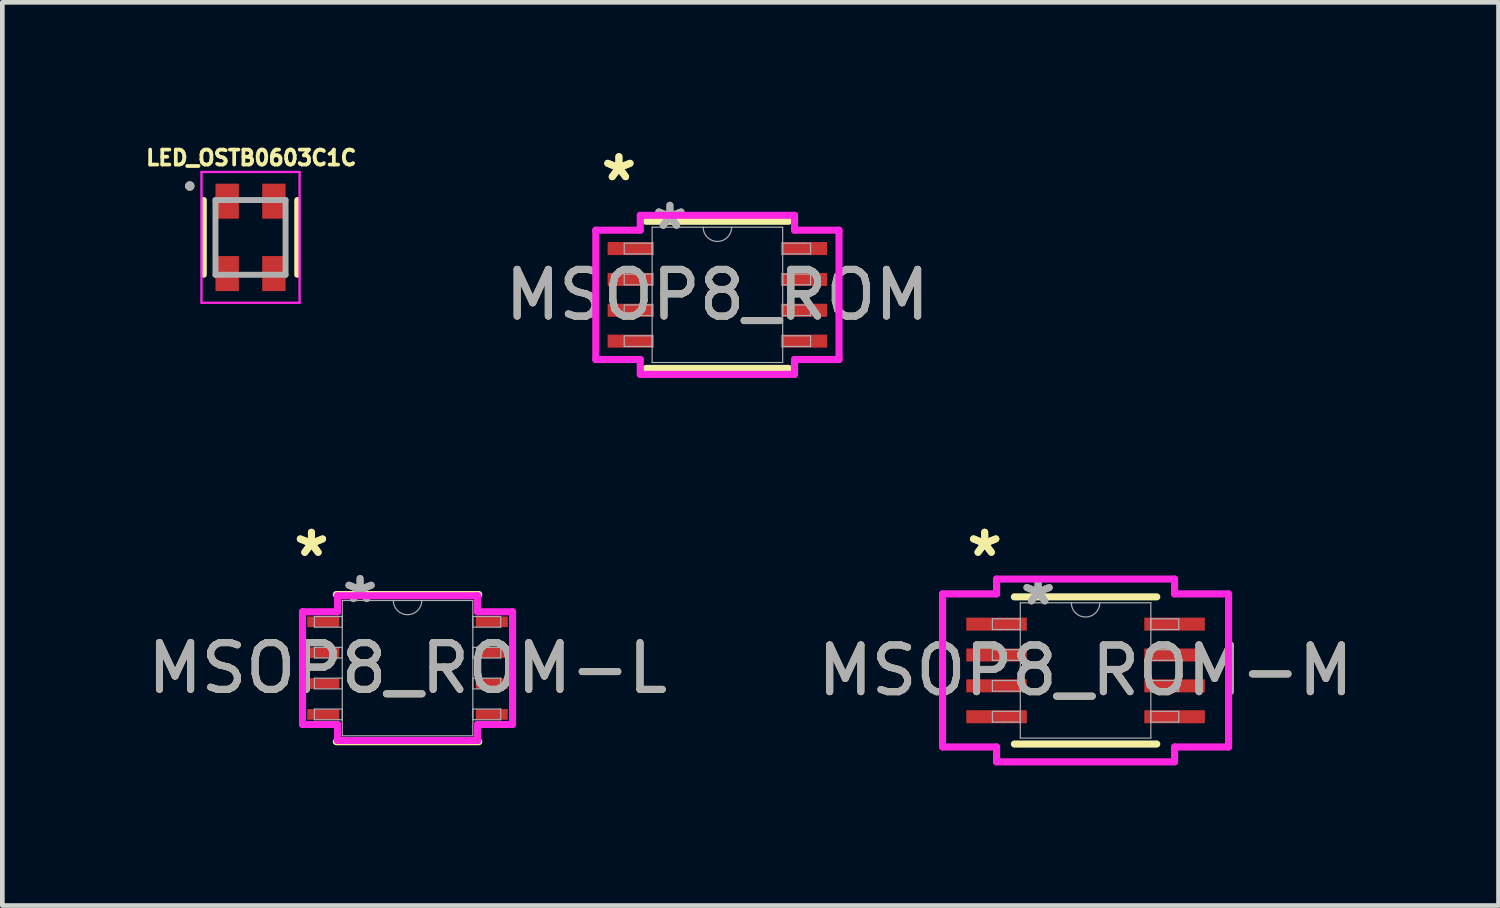
<source format=kicad_pcb>
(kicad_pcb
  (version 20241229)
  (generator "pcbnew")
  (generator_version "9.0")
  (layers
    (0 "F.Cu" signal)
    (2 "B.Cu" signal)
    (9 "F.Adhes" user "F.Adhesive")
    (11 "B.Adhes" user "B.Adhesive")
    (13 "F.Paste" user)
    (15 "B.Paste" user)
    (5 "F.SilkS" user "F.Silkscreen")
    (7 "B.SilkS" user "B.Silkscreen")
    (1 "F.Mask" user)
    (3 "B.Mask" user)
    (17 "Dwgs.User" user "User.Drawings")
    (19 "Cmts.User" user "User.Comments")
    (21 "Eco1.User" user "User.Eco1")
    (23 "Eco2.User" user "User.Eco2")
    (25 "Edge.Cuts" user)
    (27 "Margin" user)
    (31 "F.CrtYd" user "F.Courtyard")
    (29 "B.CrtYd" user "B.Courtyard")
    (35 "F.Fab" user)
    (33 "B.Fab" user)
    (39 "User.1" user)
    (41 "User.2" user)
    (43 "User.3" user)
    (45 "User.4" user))
  (footprint "MSOP8_ROM-M"
    (layer "F.Cu")
    (at 20.185 11.3)
    (property "Reference" "MSOP8_ROM-M" (at 0 0 0) (unlocked yes) (layer "F.SilkS") (effects (font (size 1 1) (thickness 0.15))))
    (attr smd)
    (fp_line (start -1.524 1.575) (end 1.524 1.575) (stroke (width 0.152) (type solid)) (layer "F.SilkS"))
    (fp_line (start 1.524 -1.575) (end -1.524 -1.575) (stroke (width 0.152) (type solid)) (layer "F.SilkS"))
    (fp_line (start -3.061 -1.638) (end -1.905 -1.638) (stroke (width 0.152) (type solid)) (layer "F.CrtYd"))
    (fp_line (start -3.061 1.638) (end -3.061 -1.638) (stroke (width 0.152) (type solid)) (layer "F.CrtYd"))
    (fp_line (start -3.061 1.638) (end -1.905 1.638) (stroke (width 0.152) (type solid)) (layer "F.CrtYd"))
    (fp_line (start -1.905 -1.956) (end 1.905 -1.956) (stroke (width 0.152) (type solid)) (layer "F.CrtYd"))
    (fp_line (start -1.905 -1.638) (end -1.905 -1.956) (stroke (width 0.152) (type solid)) (layer "F.CrtYd"))
    (fp_line (start -1.905 1.956) (end -1.905 1.638) (stroke (width 0.152) (type solid)) (layer "F.CrtYd"))
    (fp_line (start 1.905 -1.956) (end 1.905 -1.638) (stroke (width 0.152) (type solid)) (layer "F.CrtYd"))
    (fp_line (start 1.905 1.638) (end 1.905 1.956) (stroke (width 0.152) (type solid)) (layer "F.CrtYd"))
    (fp_line (start 1.905 1.956) (end -1.905 1.956) (stroke (width 0.152) (type solid)) (layer "F.CrtYd"))
    (fp_line (start 3.061 -1.638) (end 1.905 -1.638) (stroke (width 0.152) (type solid)) (layer "F.CrtYd"))
    (fp_line (start 3.061 -1.638) (end 3.061 1.638) (stroke (width 0.152) (type solid)) (layer "F.CrtYd"))
    (fp_line (start 3.061 1.638) (end 1.905 1.638) (stroke (width 0.152) (type solid)) (layer "F.CrtYd"))
    (fp_line (start -1.994 -1.105) (end -1.994 -0.876) (stroke (width 0.025) (type solid)) (layer "F.Fab"))
    (fp_line (start -1.994 -0.876) (end -1.397 -0.876) (stroke (width 0.025) (type solid)) (layer "F.Fab"))
    (fp_line (start -1.994 -0.445) (end -1.994 -0.216) (stroke (width 0.025) (type solid)) (layer "F.Fab"))
    (fp_line (start -1.994 -0.216) (end -1.397 -0.216) (stroke (width 0.025) (type solid)) (layer "F.Fab"))
    (fp_line (start -1.994 0.216) (end -1.994 0.445) (stroke (width 0.025) (type solid)) (layer "F.Fab"))
    (fp_line (start -1.994 0.445) (end -1.397 0.445) (stroke (width 0.025) (type solid)) (layer "F.Fab"))
    (fp_line (start -1.994 0.876) (end -1.994 1.105) (stroke (width 0.025) (type solid)) (layer "F.Fab"))
    (fp_line (start -1.994 1.105) (end -1.397 1.105) (stroke (width 0.025) (type solid)) (layer "F.Fab"))
    (fp_line (start -1.397 -1.448) (end -1.397 1.448) (stroke (width 0.025) (type solid)) (layer "F.Fab"))
    (fp_line (start -1.397 -1.105) (end -1.994 -1.105) (stroke (width 0.025) (type solid)) (layer "F.Fab"))
    (fp_line (start -1.397 -0.876) (end -1.397 -1.105) (stroke (width 0.025) (type solid)) (layer "F.Fab"))
    (fp_line (start -1.397 -0.445) (end -1.994 -0.445) (stroke (width 0.025) (type solid)) (layer "F.Fab"))
    (fp_line (start -1.397 -0.216) (end -1.397 -0.445) (stroke (width 0.025) (type solid)) (layer "F.Fab"))
    (fp_line (start -1.397 0.216) (end -1.994 0.216) (stroke (width 0.025) (type solid)) (layer "F.Fab"))
    (fp_line (start -1.397 0.445) (end -1.397 0.216) (stroke (width 0.025) (type solid)) (layer "F.Fab"))
    (fp_line (start -1.397 0.876) (end -1.994 0.876) (stroke (width 0.025) (type solid)) (layer "F.Fab"))
    (fp_line (start -1.397 1.105) (end -1.397 0.876) (stroke (width 0.025) (type solid)) (layer "F.Fab"))
    (fp_line (start -1.397 1.448) (end 1.397 1.448) (stroke (width 0.025) (type solid)) (layer "F.Fab"))
    (fp_line (start 1.397 -1.448) (end -1.397 -1.448) (stroke (width 0.025) (type solid)) (layer "F.Fab"))
    (fp_line (start 1.397 -1.105) (end 1.397 -0.876) (stroke (width 0.025) (type solid)) (layer "F.Fab"))
    (fp_line (start 1.397 -0.876) (end 1.994 -0.876) (stroke (width 0.025) (type solid)) (layer "F.Fab"))
    (fp_line (start 1.397 -0.445) (end 1.397 -0.216) (stroke (width 0.025) (type solid)) (layer "F.Fab"))
    (fp_line (start 1.397 -0.216) (end 1.994 -0.216) (stroke (width 0.025) (type solid)) (layer "F.Fab"))
    (fp_line (start 1.397 0.216) (end 1.397 0.445) (stroke (width 0.025) (type solid)) (layer "F.Fab"))
    (fp_line (start 1.397 0.445) (end 1.994 0.445) (stroke (width 0.025) (type solid)) (layer "F.Fab"))
    (fp_line (start 1.397 0.876) (end 1.397 1.105) (stroke (width 0.025) (type solid)) (layer "F.Fab"))
    (fp_line (start 1.397 1.105) (end 1.994 1.105) (stroke (width 0.025) (type solid)) (layer "F.Fab"))
    (fp_line (start 1.397 1.448) (end 1.397 -1.448) (stroke (width 0.025) (type solid)) (layer "F.Fab"))
    (fp_line (start 1.994 -1.105) (end 1.397 -1.105) (stroke (width 0.025) (type solid)) (layer "F.Fab"))
    (fp_line (start 1.994 -0.876) (end 1.994 -1.105) (stroke (width 0.025) (type solid)) (layer "F.Fab"))
    (fp_line (start 1.994 -0.445) (end 1.397 -0.445) (stroke (width 0.025) (type solid)) (layer "F.Fab"))
    (fp_line (start 1.994 -0.216) (end 1.994 -0.445) (stroke (width 0.025) (type solid)) (layer "F.Fab"))
    (fp_line (start 1.994 0.216) (end 1.397 0.216) (stroke (width 0.025) (type solid)) (layer "F.Fab"))
    (fp_line (start 1.994 0.445) (end 1.994 0.216) (stroke (width 0.025) (type solid)) (layer "F.Fab"))
    (fp_line (start 1.994 0.876) (end 1.397 0.876) (stroke (width 0.025) (type solid)) (layer "F.Fab"))
    (fp_line (start 1.994 1.105) (end 1.994 0.876) (stroke (width 0.025) (type solid)) (layer "F.Fab"))
    (fp_arc (start 0.3048 -1.4478) (mid 0 -1.143) (end -0.3048 -1.4478) (stroke (width 0.0254) (type solid)) (layer "F.Fab"))
    (fp_text user "*" (at -2.159 -2.413 0) (layer "F.SilkS") (effects (font (size 1 1) (thickness 0.15))))
    (fp_text user "*" (at -2.159 -2.413 0) (unlocked yes) (layer "F.SilkS") (effects (font (size 1 1) (thickness 0.15))))
    (fp_text user "*" (at -1.016 -1.372 0) (unlocked yes) (layer "F.Fab") (effects (font (size 1 1) (thickness 0.15))))
    (fp_text user "*" (at -1.016 -1.372 0) (layer "F.Fab") (effects (font (size 1 1) (thickness 0.15))))
    (fp_text user "${REFERENCE}" (at 0 0 0) (unlocked yes) (layer "F.Fab") (effects (font (size 1 1) (thickness 0.15))))
    (pad "1" smd rect (at -1.905 -0.991) (size 1.295 0.279) (layers "F.Cu" "F.Mask" "F.Paste"))
    (pad "2" smd rect (at -1.905 -0.33) (size 1.295 0.279) (layers "F.Cu" "F.Mask" "F.Paste"))
    (pad "3" smd rect (at -1.905 0.33) (size 1.295 0.279) (layers "F.Cu" "F.Mask" "F.Paste"))
    (pad "4" smd rect (at -1.905 0.991) (size 1.295 0.279) (layers "F.Cu" "F.Mask" "F.Paste"))
    (pad "5" smd rect (at 1.905 0.991) (size 1.295 0.279) (layers "F.Cu" "F.Mask" "F.Paste"))
    (pad "6" smd rect (at 1.905 0.33) (size 1.295 0.279) (layers "F.Cu" "F.Mask" "F.Paste"))
    (pad "7" smd rect (at 1.905 -0.33) (size 1.295 0.279) (layers "F.Cu" "F.Mask" "F.Paste"))
    (pad "8" smd rect (at 1.905 -0.991) (size 1.295 0.279) (layers "F.Cu" "F.Mask" "F.Paste")))
  (footprint "LED_OSTB0603C1C"
    (layer "F.Cu")
    (at 2.312 2.031)
    (property "Reference" "LED_OSTB0603C1C" (at 0.016 -1.703 0) (layer "F.SilkS") (effects (font (size 0.32 0.32) (thickness 0.08))))
    (attr smd)
    (fp_line (start -1 0.8) (end -1 -0.8) (stroke (width 0.127) (type solid)) (layer "F.SilkS"))
    (fp_line (start 1 0.8) (end 1 -0.8) (stroke (width 0.127) (type solid)) (layer "F.SilkS"))
    (fp_circle (center -1.3 -1.1) (end -1.25 -1.1) (stroke (width 0.1) (type solid)) (fill no) (layer "F.SilkS"))
    (fp_line (start -1.05 -1.4) (end -1.05 1.4) (stroke (width 0.05) (type solid)) (layer "F.CrtYd"))
    (fp_line (start -1.05 1.4) (end 1.05 1.4) (stroke (width 0.05) (type solid)) (layer "F.CrtYd"))
    (fp_line (start 1.05 -1.4) (end -1.05 -1.4) (stroke (width 0.05) (type solid)) (layer "F.CrtYd"))
    (fp_line (start 1.05 1.4) (end 1.05 -1.4) (stroke (width 0.05) (type solid)) (layer "F.CrtYd"))
    (fp_line (start -0.75 -0.8) (end 0.75 -0.8) (stroke (width 0.127) (type solid)) (layer "F.Fab"))
    (fp_line (start -0.75 0.8) (end -0.75 -0.8) (stroke (width 0.127) (type solid)) (layer "F.Fab"))
    (fp_line (start 0.75 -0.8) (end 0.75 0.8) (stroke (width 0.127) (type solid)) (layer "F.Fab"))
    (fp_line (start 0.75 0.8) (end -0.75 0.8) (stroke (width 0.127) (type solid)) (layer "F.Fab"))
    (fp_circle (center -1.3 -1.1) (end -1.25 -1.1) (stroke (width 0.1) (type solid)) (fill no) (layer "F.Fab"))
    (pad "1" smd rect (at -0.5 -0.775) (size 0.5 0.75) (layers "F.Cu" "F.Mask" "F.Paste"))
    (pad "2" smd rect (at 0.5 -0.775) (size 0.5 0.75) (layers "F.Cu" "F.Mask" "F.Paste"))
    (pad "3" smd rect (at -0.5 0.775) (size 0.5 0.75) (layers "F.Cu" "F.Mask" "F.Paste"))
    (pad "4" smd rect (at 0.5 0.775) (size 0.5 0.75) (layers "F.Cu" "F.Mask" "F.Paste")))
  (footprint "MSOP8_ROM-L"
    (layer "F.Cu")
    (at 5.673 11.25)
    (property "Reference" "MSOP8_ROM-L" (at 0 0 0) (unlocked yes) (layer "F.SilkS") (effects (font (size 1 1) (thickness 0.15))))
    (attr smd)
    (fp_line (start -1.524 1.575) (end 1.524 1.575) (stroke (width 0.152) (type solid)) (layer "F.SilkS"))
    (fp_line (start 1.524 -1.575) (end -1.524 -1.575) (stroke (width 0.152) (type solid)) (layer "F.SilkS"))
    (fp_line (start -2.248 -1.206) (end -1.499 -1.206) (stroke (width 0.152) (type solid)) (layer "F.CrtYd"))
    (fp_line (start -2.248 1.206) (end -2.248 -1.206) (stroke (width 0.152) (type solid)) (layer "F.CrtYd"))
    (fp_line (start -2.248 1.206) (end -1.499 1.206) (stroke (width 0.152) (type solid)) (layer "F.CrtYd"))
    (fp_line (start -1.499 -1.549) (end 1.499 -1.549) (stroke (width 0.152) (type solid)) (layer "F.CrtYd"))
    (fp_line (start -1.499 -1.206) (end -1.499 -1.549) (stroke (width 0.152) (type solid)) (layer "F.CrtYd"))
    (fp_line (start -1.499 1.549) (end -1.499 1.206) (stroke (width 0.152) (type solid)) (layer "F.CrtYd"))
    (fp_line (start 1.499 -1.549) (end 1.499 -1.206) (stroke (width 0.152) (type solid)) (layer "F.CrtYd"))
    (fp_line (start 1.499 1.206) (end 1.499 1.549) (stroke (width 0.152) (type solid)) (layer "F.CrtYd"))
    (fp_line (start 1.499 1.549) (end -1.499 1.549) (stroke (width 0.152) (type solid)) (layer "F.CrtYd"))
    (fp_line (start 2.248 -1.206) (end 1.499 -1.206) (stroke (width 0.152) (type solid)) (layer "F.CrtYd"))
    (fp_line (start 2.248 -1.206) (end 2.248 1.206) (stroke (width 0.152) (type solid)) (layer "F.CrtYd"))
    (fp_line (start 2.248 1.206) (end 1.499 1.206) (stroke (width 0.152) (type solid)) (layer "F.CrtYd"))
    (fp_line (start -1.994 -1.105) (end -1.994 -0.876) (stroke (width 0.025) (type solid)) (layer "F.Fab"))
    (fp_line (start -1.994 -0.876) (end -1.397 -0.876) (stroke (width 0.025) (type solid)) (layer "F.Fab"))
    (fp_line (start -1.994 -0.445) (end -1.994 -0.216) (stroke (width 0.025) (type solid)) (layer "F.Fab"))
    (fp_line (start -1.994 -0.216) (end -1.397 -0.216) (stroke (width 0.025) (type solid)) (layer "F.Fab"))
    (fp_line (start -1.994 0.216) (end -1.994 0.445) (stroke (width 0.025) (type solid)) (layer "F.Fab"))
    (fp_line (start -1.994 0.445) (end -1.397 0.445) (stroke (width 0.025) (type solid)) (layer "F.Fab"))
    (fp_line (start -1.994 0.876) (end -1.994 1.105) (stroke (width 0.025) (type solid)) (layer "F.Fab"))
    (fp_line (start -1.994 1.105) (end -1.397 1.105) (stroke (width 0.025) (type solid)) (layer "F.Fab"))
    (fp_line (start -1.397 -1.448) (end -1.397 1.448) (stroke (width 0.025) (type solid)) (layer "F.Fab"))
    (fp_line (start -1.397 -1.105) (end -1.994 -1.105) (stroke (width 0.025) (type solid)) (layer "F.Fab"))
    (fp_line (start -1.397 -0.876) (end -1.397 -1.105) (stroke (width 0.025) (type solid)) (layer "F.Fab"))
    (fp_line (start -1.397 -0.445) (end -1.994 -0.445) (stroke (width 0.025) (type solid)) (layer "F.Fab"))
    (fp_line (start -1.397 -0.216) (end -1.397 -0.445) (stroke (width 0.025) (type solid)) (layer "F.Fab"))
    (fp_line (start -1.397 0.216) (end -1.994 0.216) (stroke (width 0.025) (type solid)) (layer "F.Fab"))
    (fp_line (start -1.397 0.445) (end -1.397 0.216) (stroke (width 0.025) (type solid)) (layer "F.Fab"))
    (fp_line (start -1.397 0.876) (end -1.994 0.876) (stroke (width 0.025) (type solid)) (layer "F.Fab"))
    (fp_line (start -1.397 1.105) (end -1.397 0.876) (stroke (width 0.025) (type solid)) (layer "F.Fab"))
    (fp_line (start -1.397 1.448) (end 1.397 1.448) (stroke (width 0.025) (type solid)) (layer "F.Fab"))
    (fp_line (start 1.397 -1.448) (end -1.397 -1.448) (stroke (width 0.025) (type solid)) (layer "F.Fab"))
    (fp_line (start 1.397 -1.105) (end 1.397 -0.876) (stroke (width 0.025) (type solid)) (layer "F.Fab"))
    (fp_line (start 1.397 -0.876) (end 1.994 -0.876) (stroke (width 0.025) (type solid)) (layer "F.Fab"))
    (fp_line (start 1.397 -0.445) (end 1.397 -0.216) (stroke (width 0.025) (type solid)) (layer "F.Fab"))
    (fp_line (start 1.397 -0.216) (end 1.994 -0.216) (stroke (width 0.025) (type solid)) (layer "F.Fab"))
    (fp_line (start 1.397 0.216) (end 1.397 0.445) (stroke (width 0.025) (type solid)) (layer "F.Fab"))
    (fp_line (start 1.397 0.445) (end 1.994 0.445) (stroke (width 0.025) (type solid)) (layer "F.Fab"))
    (fp_line (start 1.397 0.876) (end 1.397 1.105) (stroke (width 0.025) (type solid)) (layer "F.Fab"))
    (fp_line (start 1.397 1.105) (end 1.994 1.105) (stroke (width 0.025) (type solid)) (layer "F.Fab"))
    (fp_line (start 1.397 1.448) (end 1.397 -1.448) (stroke (width 0.025) (type solid)) (layer "F.Fab"))
    (fp_line (start 1.994 -1.105) (end 1.397 -1.105) (stroke (width 0.025) (type solid)) (layer "F.Fab"))
    (fp_line (start 1.994 -0.876) (end 1.994 -1.105) (stroke (width 0.025) (type solid)) (layer "F.Fab"))
    (fp_line (start 1.994 -0.445) (end 1.397 -0.445) (stroke (width 0.025) (type solid)) (layer "F.Fab"))
    (fp_line (start 1.994 -0.216) (end 1.994 -0.445) (stroke (width 0.025) (type solid)) (layer "F.Fab"))
    (fp_line (start 1.994 0.216) (end 1.397 0.216) (stroke (width 0.025) (type solid)) (layer "F.Fab"))
    (fp_line (start 1.994 0.445) (end 1.994 0.216) (stroke (width 0.025) (type solid)) (layer "F.Fab"))
    (fp_line (start 1.994 0.876) (end 1.397 0.876) (stroke (width 0.025) (type solid)) (layer "F.Fab"))
    (fp_line (start 1.994 1.105) (end 1.994 0.876) (stroke (width 0.025) (type solid)) (layer "F.Fab"))
    (fp_arc (start 0.3048 -1.4478) (mid 0 -1.143) (end -0.3048 -1.4478) (stroke (width 0.0254) (type solid)) (layer "F.Fab"))
    (fp_text user "*" (at -2.057 -2.362 0) (layer "F.SilkS") (effects (font (size 1 1) (thickness 0.15))))
    (fp_text user "*" (at -2.057 -2.362 0) (unlocked yes) (layer "F.SilkS") (effects (font (size 1 1) (thickness 0.15))))
    (fp_text user "${REFERENCE}" (at 0 0 0) (unlocked yes) (layer "F.Fab") (effects (font (size 1 1) (thickness 0.15))))
    (fp_text user "*" (at -1.016 -1.372 0) (unlocked yes) (layer "F.Fab") (effects (font (size 1 1) (thickness 0.15))))
    (fp_text user "*" (at -1.016 -1.372 0) (layer "F.Fab") (effects (font (size 1 1) (thickness 0.15))))
    (pad "1" smd rect (at -1.803 -0.991) (size 0.686 0.229) (layers "F.Cu" "F.Mask" "F.Paste"))
    (pad "2" smd rect (at -1.803 -0.33) (size 0.686 0.229) (layers "F.Cu" "F.Mask" "F.Paste"))
    (pad "3" smd rect (at -1.803 0.33) (size 0.686 0.229) (layers "F.Cu" "F.Mask" "F.Paste"))
    (pad "4" smd rect (at -1.803 0.991) (size 0.686 0.229) (layers "F.Cu" "F.Mask" "F.Paste"))
    (pad "5" smd rect (at 1.803 0.991) (size 0.686 0.229) (layers "F.Cu" "F.Mask" "F.Paste"))
    (pad "6" smd rect (at 1.803 0.33) (size 0.686 0.229) (layers "F.Cu" "F.Mask" "F.Paste"))
    (pad "7" smd rect (at 1.803 -0.33) (size 0.686 0.229) (layers "F.Cu" "F.Mask" "F.Paste"))
    (pad "8" smd rect (at 1.803 -0.991) (size 0.686 0.229) (layers "F.Cu" "F.Mask" "F.Paste")))
  (footprint "MSOP8_ROM"
    (layer "F.Cu")
    (at 12.305 3.261)
    (property "Reference" "MSOP8_ROM" (at 0 0 0) (unlocked yes) (layer "F.SilkS") (effects (font (size 1 1) (thickness 0.15))))
    (attr smd)
    (fp_line (start -1.524 1.575) (end 1.524 1.575) (stroke (width 0.152) (type solid)) (layer "F.SilkS"))
    (fp_line (start 1.524 -1.575) (end -1.524 -1.575) (stroke (width 0.152) (type solid)) (layer "F.SilkS"))
    (fp_line (start -2.603 -1.384) (end -1.651 -1.384) (stroke (width 0.152) (type solid)) (layer "F.CrtYd"))
    (fp_line (start -2.603 1.384) (end -2.603 -1.384) (stroke (width 0.152) (type solid)) (layer "F.CrtYd"))
    (fp_line (start -2.603 1.384) (end -1.651 1.384) (stroke (width 0.152) (type solid)) (layer "F.CrtYd"))
    (fp_line (start -1.651 -1.702) (end 1.651 -1.702) (stroke (width 0.152) (type solid)) (layer "F.CrtYd"))
    (fp_line (start -1.651 -1.384) (end -1.651 -1.702) (stroke (width 0.152) (type solid)) (layer "F.CrtYd"))
    (fp_line (start -1.651 1.702) (end -1.651 1.384) (stroke (width 0.152) (type solid)) (layer "F.CrtYd"))
    (fp_line (start 1.651 -1.702) (end 1.651 -1.384) (stroke (width 0.152) (type solid)) (layer "F.CrtYd"))
    (fp_line (start 1.651 1.384) (end 1.651 1.702) (stroke (width 0.152) (type solid)) (layer "F.CrtYd"))
    (fp_line (start 1.651 1.702) (end -1.651 1.702) (stroke (width 0.152) (type solid)) (layer "F.CrtYd"))
    (fp_line (start 2.603 -1.384) (end 1.651 -1.384) (stroke (width 0.152) (type solid)) (layer "F.CrtYd"))
    (fp_line (start 2.603 -1.384) (end 2.603 1.384) (stroke (width 0.152) (type solid)) (layer "F.CrtYd"))
    (fp_line (start 2.603 1.384) (end 1.651 1.384) (stroke (width 0.152) (type solid)) (layer "F.CrtYd"))
    (fp_line (start -1.994 -1.105) (end -1.994 -0.876) (stroke (width 0.025) (type solid)) (layer "F.Fab"))
    (fp_line (start -1.994 -0.876) (end -1.397 -0.876) (stroke (width 0.025) (type solid)) (layer "F.Fab"))
    (fp_line (start -1.994 -0.445) (end -1.994 -0.216) (stroke (width 0.025) (type solid)) (layer "F.Fab"))
    (fp_line (start -1.994 -0.216) (end -1.397 -0.216) (stroke (width 0.025) (type solid)) (layer "F.Fab"))
    (fp_line (start -1.994 0.216) (end -1.994 0.445) (stroke (width 0.025) (type solid)) (layer "F.Fab"))
    (fp_line (start -1.994 0.445) (end -1.397 0.445) (stroke (width 0.025) (type solid)) (layer "F.Fab"))
    (fp_line (start -1.994 0.876) (end -1.994 1.105) (stroke (width 0.025) (type solid)) (layer "F.Fab"))
    (fp_line (start -1.994 1.105) (end -1.397 1.105) (stroke (width 0.025) (type solid)) (layer "F.Fab"))
    (fp_line (start -1.397 -1.448) (end -1.397 1.448) (stroke (width 0.025) (type solid)) (layer "F.Fab"))
    (fp_line (start -1.397 -1.105) (end -1.994 -1.105) (stroke (width 0.025) (type solid)) (layer "F.Fab"))
    (fp_line (start -1.397 -0.876) (end -1.397 -1.105) (stroke (width 0.025) (type solid)) (layer "F.Fab"))
    (fp_line (start -1.397 -0.445) (end -1.994 -0.445) (stroke (width 0.025) (type solid)) (layer "F.Fab"))
    (fp_line (start -1.397 -0.216) (end -1.397 -0.445) (stroke (width 0.025) (type solid)) (layer "F.Fab"))
    (fp_line (start -1.397 0.216) (end -1.994 0.216) (stroke (width 0.025) (type solid)) (layer "F.Fab"))
    (fp_line (start -1.397 0.445) (end -1.397 0.216) (stroke (width 0.025) (type solid)) (layer "F.Fab"))
    (fp_line (start -1.397 0.876) (end -1.994 0.876) (stroke (width 0.025) (type solid)) (layer "F.Fab"))
    (fp_line (start -1.397 1.105) (end -1.397 0.876) (stroke (width 0.025) (type solid)) (layer "F.Fab"))
    (fp_line (start -1.397 1.448) (end 1.397 1.448) (stroke (width 0.025) (type solid)) (layer "F.Fab"))
    (fp_line (start 1.397 -1.448) (end -1.397 -1.448) (stroke (width 0.025) (type solid)) (layer "F.Fab"))
    (fp_line (start 1.397 -1.105) (end 1.397 -0.876) (stroke (width 0.025) (type solid)) (layer "F.Fab"))
    (fp_line (start 1.397 -0.876) (end 1.994 -0.876) (stroke (width 0.025) (type solid)) (layer "F.Fab"))
    (fp_line (start 1.397 -0.445) (end 1.397 -0.216) (stroke (width 0.025) (type solid)) (layer "F.Fab"))
    (fp_line (start 1.397 -0.216) (end 1.994 -0.216) (stroke (width 0.025) (type solid)) (layer "F.Fab"))
    (fp_line (start 1.397 0.216) (end 1.397 0.445) (stroke (width 0.025) (type solid)) (layer "F.Fab"))
    (fp_line (start 1.397 0.445) (end 1.994 0.445) (stroke (width 0.025) (type solid)) (layer "F.Fab"))
    (fp_line (start 1.397 0.876) (end 1.397 1.105) (stroke (width 0.025) (type solid)) (layer "F.Fab"))
    (fp_line (start 1.397 1.105) (end 1.994 1.105) (stroke (width 0.025) (type solid)) (layer "F.Fab"))
    (fp_line (start 1.397 1.448) (end 1.397 -1.448) (stroke (width 0.025) (type solid)) (layer "F.Fab"))
    (fp_line (start 1.994 -1.105) (end 1.397 -1.105) (stroke (width 0.025) (type solid)) (layer "F.Fab"))
    (fp_line (start 1.994 -0.876) (end 1.994 -1.105) (stroke (width 0.025) (type solid)) (layer "F.Fab"))
    (fp_line (start 1.994 -0.445) (end 1.397 -0.445) (stroke (width 0.025) (type solid)) (layer "F.Fab"))
    (fp_line (start 1.994 -0.216) (end 1.994 -0.445) (stroke (width 0.025) (type solid)) (layer "F.Fab"))
    (fp_line (start 1.994 0.216) (end 1.397 0.216) (stroke (width 0.025) (type solid)) (layer "F.Fab"))
    (fp_line (start 1.994 0.445) (end 1.994 0.216) (stroke (width 0.025) (type solid)) (layer "F.Fab"))
    (fp_line (start 1.994 0.876) (end 1.397 0.876) (stroke (width 0.025) (type solid)) (layer "F.Fab"))
    (fp_line (start 1.994 1.105) (end 1.994 0.876) (stroke (width 0.025) (type solid)) (layer "F.Fab"))
    (fp_arc (start 0.3048 -1.4478) (mid 0 -1.143) (end -0.3048 -1.4478) (stroke (width 0.0254) (type solid)) (layer "F.Fab"))
    (fp_text user "*" (at -2.108 -2.413 0) (layer "F.SilkS") (effects (font (size 1 1) (thickness 0.15))))
    (fp_text user "*" (at -2.108 -2.413 0) (unlocked yes) (layer "F.SilkS") (effects (font (size 1 1) (thickness 0.15))))
    (fp_text user "${REFERENCE}" (at 0 0 0) (unlocked yes) (layer "F.Fab") (effects (font (size 1 1) (thickness 0.15))))
    (fp_text user "*" (at -1.016 -1.372 0) (layer "F.Fab") (effects (font (size 1 1) (thickness 0.15))))
    (fp_text user "*" (at -1.016 -1.372 0) (unlocked yes) (layer "F.Fab") (effects (font (size 1 1) (thickness 0.15))))
    (pad "1" smd rect (at -1.854 -0.991) (size 0.991 0.279) (layers "F.Cu" "F.Mask" "F.Paste"))
    (pad "2" smd rect (at -1.854 -0.33) (size 0.991 0.279) (layers "F.Cu" "F.Mask" "F.Paste"))
    (pad "3" smd rect (at -1.854 0.33) (size 0.991 0.279) (layers "F.Cu" "F.Mask" "F.Paste"))
    (pad "4" smd rect (at -1.854 0.991) (size 0.991 0.279) (layers "F.Cu" "F.Mask" "F.Paste"))
    (pad "5" smd rect (at 1.854 0.991) (size 0.991 0.279) (layers "F.Cu" "F.Mask" "F.Paste"))
    (pad "6" smd rect (at 1.854 0.33) (size 0.991 0.279) (layers "F.Cu" "F.Mask" "F.Paste"))
    (pad "7" smd rect (at 1.854 -0.33) (size 0.991 0.279) (layers "F.Cu" "F.Mask" "F.Paste"))
    (pad "8" smd rect (at 1.854 -0.991) (size 0.991 0.279) (layers "F.Cu" "F.Mask" "F.Paste")))
  (gr_rect
    (start -3 -3)
    (end 29.024 16.332)
    (stroke (width 0.1) (type default))
    (fill no)
    (layer "Edge.Cuts")))
</source>
